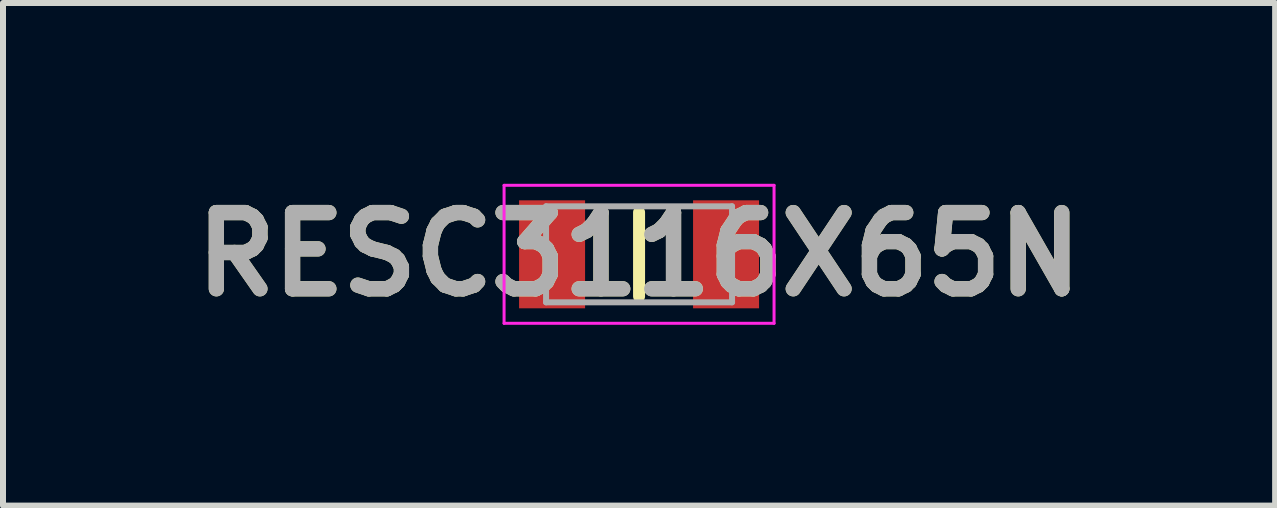
<source format=kicad_pcb>
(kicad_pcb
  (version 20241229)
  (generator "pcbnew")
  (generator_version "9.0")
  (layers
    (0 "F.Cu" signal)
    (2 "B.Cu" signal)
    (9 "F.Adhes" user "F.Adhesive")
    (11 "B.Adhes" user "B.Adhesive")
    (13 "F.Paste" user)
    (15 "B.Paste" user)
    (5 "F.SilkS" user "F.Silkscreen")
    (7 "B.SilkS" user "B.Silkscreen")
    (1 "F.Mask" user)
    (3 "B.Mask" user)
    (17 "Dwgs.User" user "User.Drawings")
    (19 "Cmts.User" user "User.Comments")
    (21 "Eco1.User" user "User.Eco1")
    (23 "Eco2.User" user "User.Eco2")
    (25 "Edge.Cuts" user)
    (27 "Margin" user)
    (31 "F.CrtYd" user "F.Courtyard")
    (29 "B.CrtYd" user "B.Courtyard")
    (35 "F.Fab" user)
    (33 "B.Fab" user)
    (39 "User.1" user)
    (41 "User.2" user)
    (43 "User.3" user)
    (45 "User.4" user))
  (footprint "RESC3116X65N"
    (layer "F.Cu")
    (at 7.602 1.189)
    (property "Reference" "RESC3116X65N" (at 0 0 0) (layer "F.SilkS") (effects (font (size 1.27 1.27) (thickness 0.254))))
    (attr smd)
    (fp_line (start 0 -0.7) (end 0 0.7) (stroke (width 0.2) (type solid)) (layer "F.SilkS"))
    (fp_line (start -2.25 -1.15) (end 2.25 -1.15) (stroke (width 0.05) (type solid)) (layer "F.CrtYd"))
    (fp_line (start -2.25 1.15) (end -2.25 -1.15) (stroke (width 0.05) (type solid)) (layer "F.CrtYd"))
    (fp_line (start 2.25 -1.15) (end 2.25 1.15) (stroke (width 0.05) (type solid)) (layer "F.CrtYd"))
    (fp_line (start 2.25 1.15) (end -2.25 1.15) (stroke (width 0.05) (type solid)) (layer "F.CrtYd"))
    (fp_line (start -1.55 -0.8) (end 1.55 -0.8) (stroke (width 0.1) (type solid)) (layer "F.Fab"))
    (fp_line (start -1.55 0.8) (end -1.55 -0.8) (stroke (width 0.1) (type solid)) (layer "F.Fab"))
    (fp_line (start 1.55 -0.8) (end 1.55 0.8) (stroke (width 0.1) (type solid)) (layer "F.Fab"))
    (fp_line (start 1.55 0.8) (end -1.55 0.8) (stroke (width 0.1) (type solid)) (layer "F.Fab"))
    (fp_text user "${REFERENCE}" (at 0 0 0) (layer "F.Fab") (effects (font (size 1.27 1.27) (thickness 0.254))))
    (pad "1" smd rect (at -1.45 0) (size 1.1 1.8) (layers "F.Cu" "F.Mask" "F.Paste"))
    (pad "2" smd rect (at 1.45 0) (size 1.1 1.8) (layers "F.Cu" "F.Mask" "F.Paste")))
  (gr_rect
    (start -3 -3)
    (end 18.204 5.377)
    (stroke (width 0.1) (type default))
    (fill no)
    (layer "Edge.Cuts")))
</source>
